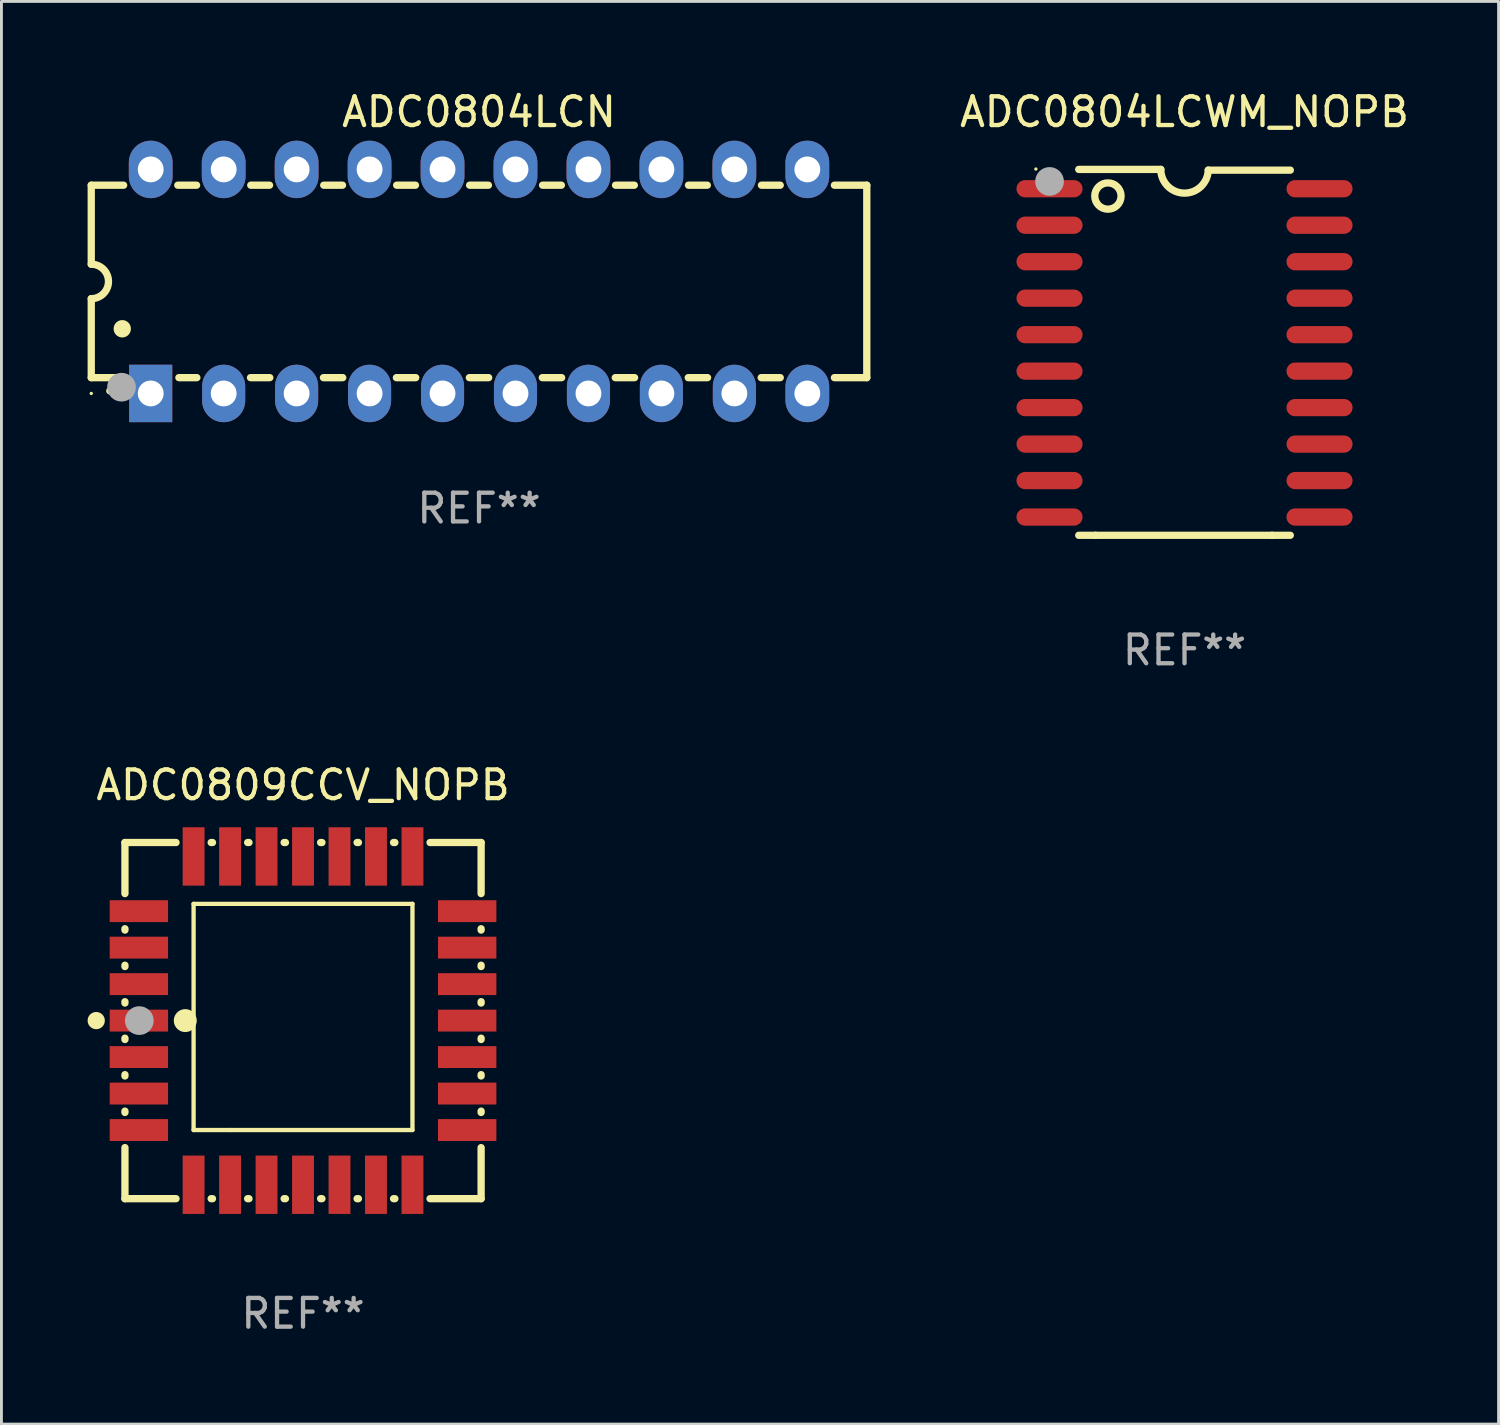
<source format=kicad_pcb>
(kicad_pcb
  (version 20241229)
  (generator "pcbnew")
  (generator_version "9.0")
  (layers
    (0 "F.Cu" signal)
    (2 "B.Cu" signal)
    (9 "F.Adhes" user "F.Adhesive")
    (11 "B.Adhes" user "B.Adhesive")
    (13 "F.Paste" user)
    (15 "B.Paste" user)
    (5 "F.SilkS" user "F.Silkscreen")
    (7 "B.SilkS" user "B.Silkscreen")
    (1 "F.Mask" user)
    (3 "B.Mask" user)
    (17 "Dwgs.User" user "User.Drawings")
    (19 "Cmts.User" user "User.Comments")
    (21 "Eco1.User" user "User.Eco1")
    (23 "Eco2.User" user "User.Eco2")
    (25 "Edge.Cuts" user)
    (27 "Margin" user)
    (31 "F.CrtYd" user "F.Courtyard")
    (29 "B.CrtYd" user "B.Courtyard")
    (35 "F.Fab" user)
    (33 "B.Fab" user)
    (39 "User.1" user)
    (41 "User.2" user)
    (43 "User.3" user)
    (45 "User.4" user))
  (footprint "ADC0804LCN"
    (layer "F.Cu")
    (at 13.627 6.748)
    (property "Reference" "ADC0804LCN" (at 0 -5.9 0) (layer "F.SilkS") (effects (font (size 1 1) (thickness 0.15))))
    (attr through_hole)
    (fp_line (start -13.5 -3.35) (end -12.373 -3.35) (stroke (width 0.254) (type solid)) (layer "F.SilkS"))
    (fp_line (start -13.5 -0.6) (end -13.5 -3.35) (stroke (width 0.254) (type solid)) (layer "F.SilkS"))
    (fp_line (start -13.5 3.35) (end -13.5 0.6) (stroke (width 0.254) (type solid)) (layer "F.SilkS"))
    (fp_line (start -13.5 3.35) (end -12.411 3.35) (stroke (width 0.254) (type solid)) (layer "F.SilkS"))
    (fp_line (start -10.487 -3.35) (end -9.833 -3.35) (stroke (width 0.254) (type solid)) (layer "F.SilkS"))
    (fp_line (start -10.449 3.35) (end -9.824 3.35) (stroke (width 0.254) (type solid)) (layer "F.SilkS"))
    (fp_line (start -7.956 3.35) (end -7.284 3.35) (stroke (width 0.254) (type solid)) (layer "F.SilkS"))
    (fp_line (start -7.947 -3.35) (end -7.293 -3.35) (stroke (width 0.254) (type solid)) (layer "F.SilkS"))
    (fp_line (start -5.416 3.35) (end -4.744 3.35) (stroke (width 0.254) (type solid)) (layer "F.SilkS"))
    (fp_line (start -5.407 -3.35) (end -4.753 -3.35) (stroke (width 0.254) (type solid)) (layer "F.SilkS"))
    (fp_line (start -2.876 3.35) (end -2.204 3.35) (stroke (width 0.254) (type solid)) (layer "F.SilkS"))
    (fp_line (start -2.867 -3.35) (end -2.213 -3.35) (stroke (width 0.254) (type solid)) (layer "F.SilkS"))
    (fp_line (start -0.336 3.35) (end 0.336 3.35) (stroke (width 0.254) (type solid)) (layer "F.SilkS"))
    (fp_line (start -0.327 -3.35) (end 0.327 -3.35) (stroke (width 0.254) (type solid)) (layer "F.SilkS"))
    (fp_line (start 2.204 3.35) (end 2.876 3.35) (stroke (width 0.254) (type solid)) (layer "F.SilkS"))
    (fp_line (start 2.213 -3.35) (end 2.867 -3.35) (stroke (width 0.254) (type solid)) (layer "F.SilkS"))
    (fp_line (start 4.744 3.35) (end 5.416 3.35) (stroke (width 0.254) (type solid)) (layer "F.SilkS"))
    (fp_line (start 4.753 -3.35) (end 5.407 -3.35) (stroke (width 0.254) (type solid)) (layer "F.SilkS"))
    (fp_line (start 7.284 3.35) (end 7.956 3.35) (stroke (width 0.254) (type solid)) (layer "F.SilkS"))
    (fp_line (start 7.293 -3.35) (end 7.947 -3.35) (stroke (width 0.254) (type solid)) (layer "F.SilkS"))
    (fp_line (start 9.824 3.35) (end 10.487 3.35) (stroke (width 0.254) (type solid)) (layer "F.SilkS"))
    (fp_line (start 9.833 -3.35) (end 10.487 -3.35) (stroke (width 0.254) (type solid)) (layer "F.SilkS"))
    (fp_line (start 12.373 -3.35) (end 13.5 -3.35) (stroke (width 0.254) (type solid)) (layer "F.SilkS"))
    (fp_line (start 12.373 3.35) (end 13.5 3.35) (stroke (width 0.254) (type solid)) (layer "F.SilkS"))
    (fp_line (start 13.5 -3.35) (end 13.5 3.35) (stroke (width 0.254) (type solid)) (layer "F.SilkS"))
    (fp_arc (start -13.500127 -0.599442) (mid -12.900406 0.000228) (end -13.500025 0.6) (stroke (width 0.254001) (type solid)) (layer "F.SilkS"))
    (fp_arc (start -12.854966 3.810008) (mid -12.854973 3.808738) (end -12.854966 3.807468) (stroke (width 0.25) (type solid)) (layer "F.SilkS"))
    (fp_arc (start -12.420625 1.651003) (mid -12.420636 1.648463) (end -12.420625 1.645923) (stroke (width 0.6) (type solid)) (layer "F.SilkS"))
    (fp_circle (center -13.5 3.9) (end -13.47 3.9) (stroke (width 0.06) (type solid)) (fill no) (layer "F.SilkS"))
    (fp_circle (center -12.446 3.683) (end -12.196 3.683) (stroke (width 0.5) (type solid)) (fill no) (layer "F.Fab"))
    (fp_text user "REF**" (at 0 7.9 0) (layer "F.Fab") (effects (font (size 1 1) (thickness 0.15))))
    (pad "1" thru_hole rect (at -11.43 3.9 90) (size 2 1.5) (drill 0.9) (layers "*.Cu" "*.Mask"))
    (pad "2" thru_hole oval (at -8.89 3.9 90) (size 2 1.5) (drill 0.9) (layers "*.Cu" "*.Mask"))
    (pad "3" thru_hole oval (at -6.35 3.9 90) (size 2 1.5) (drill 0.9) (layers "*.Cu" "*.Mask"))
    (pad "4" thru_hole oval (at -3.81 3.9 90) (size 2 1.5) (drill 0.9) (layers "*.Cu" "*.Mask"))
    (pad "5" thru_hole oval (at -1.27 3.9 90) (size 2 1.5) (drill 0.9) (layers "*.Cu" "*.Mask"))
    (pad "6" thru_hole oval (at 1.27 3.9 90) (size 2 1.5) (drill 0.9) (layers "*.Cu" "*.Mask"))
    (pad "7" thru_hole oval (at 3.81 3.9 90) (size 2 1.5) (drill 0.9) (layers "*.Cu" "*.Mask"))
    (pad "8" thru_hole oval (at 6.35 3.9 90) (size 2 1.5) (drill 0.9) (layers "*.Cu" "*.Mask"))
    (pad "9" thru_hole oval (at 8.89 3.9 90) (size 2 1.5) (drill 0.9) (layers "*.Cu" "*.Mask"))
    (pad "10" thru_hole oval (at 11.43 3.9 90) (size 2 1.524) (drill 0.9) (layers "*.Cu" "*.Mask"))
    (pad "11" thru_hole oval (at 11.43 -3.9 90) (size 2 1.524) (drill 0.9) (layers "*.Cu" "*.Mask"))
    (pad "12" thru_hole oval (at 8.89 -3.9 90) (size 2 1.524) (drill 0.9) (layers "*.Cu" "*.Mask"))
    (pad "13" thru_hole oval (at 6.35 -3.9 90) (size 2 1.524) (drill 0.9) (layers "*.Cu" "*.Mask"))
    (pad "14" thru_hole oval (at 3.81 -3.9 90) (size 2 1.524) (drill 0.9) (layers "*.Cu" "*.Mask"))
    (pad "15" thru_hole oval (at 1.27 -3.9 90) (size 2 1.524) (drill 0.9) (layers "*.Cu" "*.Mask"))
    (pad "16" thru_hole oval (at -1.27 -3.9 90) (size 2 1.524) (drill 0.9) (layers "*.Cu" "*.Mask"))
    (pad "17" thru_hole oval (at -3.81 -3.9 90) (size 2 1.524) (drill 0.9) (layers "*.Cu" "*.Mask"))
    (pad "18" thru_hole oval (at -6.35 -3.9 90) (size 2 1.524) (drill 0.9) (layers "*.Cu" "*.Mask"))
    (pad "19" thru_hole oval (at -8.89 -3.9 90) (size 2 1.524) (drill 0.9) (layers "*.Cu" "*.Mask"))
    (pad "20" thru_hole oval (at -11.43 -3.9 90) (size 2 1.524) (drill 0.9) (layers "*.Cu" "*.Mask")))
  (footprint "ADC0804LCWM_NOPB"
    (layer "F.Cu")
    (at 38.189 9.217)
    (property "Reference" "ADC0804LCWM_NOPB" (at 0 -8.369 0) (layer "F.SilkS") (effects (font (size 1 1) (thickness 0.15))))
    (attr through_hole)
    (fp_line (start -3.096 6.369) (end -3.683 6.369) (stroke (width 0.254) (type solid)) (layer "F.SilkS"))
    (fp_line (start -0.825 -6.369) (end -3.683 -6.369) (stroke (width 0.254) (type solid)) (layer "F.SilkS"))
    (fp_line (start 0.826 -6.343) (end 3.683 -6.343) (stroke (width 0.254) (type solid)) (layer "F.SilkS"))
    (fp_line (start 3.048 6.369) (end -3.096 6.369) (stroke (width 0.254) (type solid)) (layer "F.SilkS"))
    (fp_line (start 3.048 6.369) (end 3.683 6.369) (stroke (width 0.254) (type solid)) (layer "F.SilkS"))
    (fp_arc (start 0.825527 -6.343129) (mid -0.012478 -5.543126) (end -0.825476 -6.36853) (stroke (width 0.254001) (type solid)) (layer "F.SilkS"))
    (fp_circle (center -5.175 -6.382) (end -5.145 -6.382) (stroke (width 0.06) (type solid)) (fill no) (layer "F.SilkS"))
    (fp_circle (center -2.667 -5.442) (end -2.209 -5.442) (stroke (width 0.254) (type solid)) (fill no) (layer "F.SilkS"))
    (fp_circle (center -4.699 -5.95) (end -4.449 -5.95) (stroke (width 0.5) (type solid)) (fill no) (layer "F.Fab"))
    (fp_text user "REF**" (at 0 10.369 0) (layer "F.Fab") (effects (font (size 1 1) (thickness 0.15))))
    (pad "1" smd oval (at -4.7 -5.696 90) (size 0.6 2.3) (layers "F.Cu" "F.Mask" "F.Paste"))
    (pad "2" smd oval (at -4.7 -4.426 90) (size 0.6 2.3) (layers "F.Cu" "F.Mask" "F.Paste"))
    (pad "3" smd oval (at -4.7 -3.156 90) (size 0.6 2.3) (layers "F.Cu" "F.Mask" "F.Paste"))
    (pad "4" smd oval (at -4.7 -1.886 90) (size 0.6 2.3) (layers "F.Cu" "F.Mask" "F.Paste"))
    (pad "5" smd oval (at -4.7 -0.616 90) (size 0.6 2.3) (layers "F.Cu" "F.Mask" "F.Paste"))
    (pad "6" smd oval (at -4.7 0.654 90) (size 0.6 2.3) (layers "F.Cu" "F.Mask" "F.Paste"))
    (pad "7" smd oval (at -4.7 1.924 90) (size 0.6 2.3) (layers "F.Cu" "F.Mask" "F.Paste"))
    (pad "8" smd oval (at -4.7 3.194 90) (size 0.6 2.3) (layers "F.Cu" "F.Mask" "F.Paste"))
    (pad "9" smd oval (at -4.7 4.464 90) (size 0.6 2.3) (layers "F.Cu" "F.Mask" "F.Paste"))
    (pad "10" smd oval (at -4.7 5.734 90) (size 0.6 2.3) (layers "F.Cu" "F.Mask" "F.Paste"))
    (pad "11" smd oval (at 4.7 5.734 90) (size 0.6 2.3) (layers "F.Cu" "F.Mask" "F.Paste"))
    (pad "12" smd oval (at 4.7 4.464 90) (size 0.6 2.3) (layers "F.Cu" "F.Mask" "F.Paste"))
    (pad "13" smd oval (at 4.7 3.194 90) (size 0.6 2.3) (layers "F.Cu" "F.Mask" "F.Paste"))
    (pad "14" smd oval (at 4.7 1.924 90) (size 0.6 2.3) (layers "F.Cu" "F.Mask" "F.Paste"))
    (pad "15" smd oval (at 4.7 0.654 90) (size 0.6 2.3) (layers "F.Cu" "F.Mask" "F.Paste"))
    (pad "16" smd oval (at 4.7 -0.616 90) (size 0.6 2.3) (layers "F.Cu" "F.Mask" "F.Paste"))
    (pad "17" smd oval (at 4.7 -1.886 90) (size 0.6 2.3) (layers "F.Cu" "F.Mask" "F.Paste"))
    (pad "18" smd oval (at 4.7 -3.156 90) (size 0.6 2.3) (layers "F.Cu" "F.Mask" "F.Paste"))
    (pad "19" smd oval (at 4.7 -4.426 90) (size 0.6 2.3) (layers "F.Cu" "F.Mask" "F.Paste"))
    (pad "20" smd oval (at 4.7 -5.696 90) (size 0.6 2.3) (layers "F.Cu" "F.Mask" "F.Paste")))
  (footprint "ADC0809CCV_NOPB"
    (layer "F.Cu")
    (at 7.5 32.482)
    (property "Reference" "ADC0809CCV_NOPB" (at 0 -8.2 0) (layer "F.SilkS") (effects (font (size 1 1) (thickness 0.15))))
    (attr through_hole)
    (fp_line (start -6.2 -6.2) (end -4.422 -6.2) (stroke (width 0.254) (type solid)) (layer "F.SilkS"))
    (fp_line (start -6.2 -4.422) (end -6.2 -6.2) (stroke (width 0.254) (type solid)) (layer "F.SilkS"))
    (fp_line (start -6.2 -3.152) (end -6.2 -3.198) (stroke (width 0.254) (type solid)) (layer "F.SilkS"))
    (fp_line (start -6.2 -1.882) (end -6.2 -1.928) (stroke (width 0.254) (type solid)) (layer "F.SilkS"))
    (fp_line (start -6.2 -0.612) (end -6.2 -0.658) (stroke (width 0.254) (type solid)) (layer "F.SilkS"))
    (fp_line (start -6.2 0.658) (end -6.2 0.612) (stroke (width 0.254) (type solid)) (layer "F.SilkS"))
    (fp_line (start -6.2 1.928) (end -6.2 1.882) (stroke (width 0.254) (type solid)) (layer "F.SilkS"))
    (fp_line (start -6.2 3.198) (end -6.2 3.152) (stroke (width 0.254) (type solid)) (layer "F.SilkS"))
    (fp_line (start -6.2 6.2) (end -6.2 4.422) (stroke (width 0.254) (type solid)) (layer "F.SilkS"))
    (fp_line (start -4.422 6.2) (end -6.2 6.2) (stroke (width 0.254) (type solid)) (layer "F.SilkS"))
    (fp_line (start -3.81 -4.064) (end 3.81 -4.064) (stroke (width 0.15) (type solid)) (layer "F.SilkS"))
    (fp_line (start -3.81 3.81) (end -3.81 -4.064) (stroke (width 0.15) (type solid)) (layer "F.SilkS"))
    (fp_line (start -3.198 -6.2) (end -3.152 -6.2) (stroke (width 0.254) (type solid)) (layer "F.SilkS"))
    (fp_line (start -3.152 6.2) (end -3.198 6.2) (stroke (width 0.254) (type solid)) (layer "F.SilkS"))
    (fp_line (start -2.54 3.81) (end -3.81 3.81) (stroke (width 0.15) (type solid)) (layer "F.SilkS"))
    (fp_line (start -1.928 -6.2) (end -1.882 -6.2) (stroke (width 0.254) (type solid)) (layer "F.SilkS"))
    (fp_line (start -1.882 6.2) (end -1.928 6.2) (stroke (width 0.254) (type solid)) (layer "F.SilkS"))
    (fp_line (start -0.658 -6.2) (end -0.612 -6.2) (stroke (width 0.254) (type solid)) (layer "F.SilkS"))
    (fp_line (start -0.612 6.2) (end -0.658 6.2) (stroke (width 0.254) (type solid)) (layer "F.SilkS"))
    (fp_line (start 0.612 -6.2) (end 0.658 -6.2) (stroke (width 0.254) (type solid)) (layer "F.SilkS"))
    (fp_line (start 0.658 6.2) (end 0.612 6.2) (stroke (width 0.254) (type solid)) (layer "F.SilkS"))
    (fp_line (start 1.882 -6.2) (end 1.928 -6.2) (stroke (width 0.254) (type solid)) (layer "F.SilkS"))
    (fp_line (start 1.928 6.2) (end 1.882 6.2) (stroke (width 0.254) (type solid)) (layer "F.SilkS"))
    (fp_line (start 3.152 -6.2) (end 3.198 -6.2) (stroke (width 0.254) (type solid)) (layer "F.SilkS"))
    (fp_line (start 3.198 6.2) (end 3.152 6.2) (stroke (width 0.254) (type solid)) (layer "F.SilkS"))
    (fp_line (start 3.81 -4.064) (end 3.81 3.81) (stroke (width 0.15) (type solid)) (layer "F.SilkS"))
    (fp_line (start 3.81 3.81) (end -2.54 3.81) (stroke (width 0.15) (type solid)) (layer "F.SilkS"))
    (fp_line (start 4.422 -6.2) (end 6.2 -6.2) (stroke (width 0.254) (type solid)) (layer "F.SilkS"))
    (fp_line (start 6.2 -6.2) (end 6.2 -4.422) (stroke (width 0.254) (type solid)) (layer "F.SilkS"))
    (fp_line (start 6.2 -3.198) (end 6.2 -3.152) (stroke (width 0.254) (type solid)) (layer "F.SilkS"))
    (fp_line (start 6.2 -1.928) (end 6.2 -1.882) (stroke (width 0.254) (type solid)) (layer "F.SilkS"))
    (fp_line (start 6.2 -0.658) (end 6.2 -0.612) (stroke (width 0.254) (type solid)) (layer "F.SilkS"))
    (fp_line (start 6.2 0.612) (end 6.2 0.658) (stroke (width 0.254) (type solid)) (layer "F.SilkS"))
    (fp_line (start 6.2 1.882) (end 6.2 1.928) (stroke (width 0.254) (type solid)) (layer "F.SilkS"))
    (fp_line (start 6.2 3.152) (end 6.2 3.198) (stroke (width 0.254) (type solid)) (layer "F.SilkS"))
    (fp_line (start 6.2 4.422) (end 6.2 6.2) (stroke (width 0.254) (type solid)) (layer "F.SilkS"))
    (fp_line (start 6.2 6.2) (end 4.422 6.2) (stroke (width 0.254) (type solid)) (layer "F.SilkS"))
    (fp_circle (center -7.2 0) (end -7.05 0) (stroke (width 0.3) (type solid)) (fill no) (layer "F.SilkS"))
    (fp_circle (center -6.223 6.223) (end -6.193 6.223) (stroke (width 0.06) (type solid)) (fill no) (layer "F.SilkS"))
    (fp_circle (center -4.1 0) (end -3.9 0) (stroke (width 0.4) (type solid)) (fill no) (layer "F.SilkS"))
    (fp_circle (center -5.7 0) (end -5.45 0) (stroke (width 0.5) (type solid)) (fill no) (layer "F.Fab"))
    (fp_text user "REF**" (at 0 10.2 0) (layer "F.Fab") (effects (font (size 1 1) (thickness 0.15))))
    (pad "1" smd rect (at -5.715 0) (size 2.032 0.762) (layers "F.Cu" "F.Mask" "F.Paste"))
    (pad "2" smd rect (at -5.715 1.27) (size 2.032 0.762) (layers "F.Cu" "F.Mask" "F.Paste"))
    (pad "3" smd rect (at -5.715 2.54) (size 2.032 0.762) (layers "F.Cu" "F.Mask" "F.Paste"))
    (pad "4" smd rect (at -5.715 3.81) (size 2.032 0.762) (layers "F.Cu" "F.Mask" "F.Paste"))
    (pad "5" smd rect (at -3.81 5.715) (size 0.762 2.032) (layers "F.Cu" "F.Mask" "F.Paste"))
    (pad "6" smd rect (at -2.54 5.715) (size 0.762 2.032) (layers "F.Cu" "F.Mask" "F.Paste"))
    (pad "7" smd rect (at -1.27 5.715) (size 0.762 2.032) (layers "F.Cu" "F.Mask" "F.Paste"))
    (pad "8" smd rect (at 0 5.715) (size 0.762 2.032) (layers "F.Cu" "F.Mask" "F.Paste"))
    (pad "9" smd rect (at 1.27 5.715) (size 0.762 2.032) (layers "F.Cu" "F.Mask" "F.Paste"))
    (pad "10" smd rect (at 2.54 5.715) (size 0.762 2.032) (layers "F.Cu" "F.Mask" "F.Paste"))
    (pad "11" smd rect (at 3.81 5.715) (size 0.762 2.032) (layers "F.Cu" "F.Mask" "F.Paste"))
    (pad "12" smd rect (at 5.715 3.81) (size 2.032 0.762) (layers "F.Cu" "F.Mask" "F.Paste"))
    (pad "13" smd rect (at 5.715 2.54) (size 2.032 0.762) (layers "F.Cu" "F.Mask" "F.Paste"))
    (pad "14" smd rect (at 5.715 1.27) (size 2.032 0.762) (layers "F.Cu" "F.Mask" "F.Paste"))
    (pad "15" smd rect (at 5.715 0) (size 2.032 0.762) (layers "F.Cu" "F.Mask" "F.Paste"))
    (pad "16" smd rect (at 5.715 -1.27) (size 2.032 0.762) (layers "F.Cu" "F.Mask" "F.Paste"))
    (pad "17" smd rect (at 5.715 -2.54) (size 2.032 0.762) (layers "F.Cu" "F.Mask" "F.Paste"))
    (pad "18" smd rect (at 5.715 -3.81) (size 2.032 0.762) (layers "F.Cu" "F.Mask" "F.Paste"))
    (pad "19" smd rect (at 3.81 -5.715) (size 0.762 2.032) (layers "F.Cu" "F.Mask" "F.Paste"))
    (pad "20" smd rect (at 2.54 -5.715) (size 0.762 2.032) (layers "F.Cu" "F.Mask" "F.Paste"))
    (pad "21" smd rect (at 1.27 -5.715) (size 0.762 2.032) (layers "F.Cu" "F.Mask" "F.Paste"))
    (pad "22" smd rect (at 0 -5.715) (size 0.762 2.032) (layers "F.Cu" "F.Mask" "F.Paste"))
    (pad "23" smd rect (at -1.27 -5.715) (size 0.762 2.032) (layers "F.Cu" "F.Mask" "F.Paste"))
    (pad "24" smd rect (at -2.54 -5.715) (size 0.762 2.032) (layers "F.Cu" "F.Mask" "F.Paste"))
    (pad "25" smd rect (at -3.81 -5.715) (size 0.762 2.032) (layers "F.Cu" "F.Mask" "F.Paste"))
    (pad "26" smd rect (at -5.715 -3.81) (size 2.032 0.762) (layers "F.Cu" "F.Mask" "F.Paste"))
    (pad "27" smd rect (at -5.715 -2.54) (size 2.032 0.762) (layers "F.Cu" "F.Mask" "F.Paste"))
    (pad "28" smd rect (at -5.715 -1.27) (size 2.032 0.762) (layers "F.Cu" "F.Mask" "F.Paste")))
  (gr_rect
    (start -3 -3)
    (end 49.123 46.53)
    (stroke (width 0.1) (type default))
    (fill no)
    (layer "Edge.Cuts")))
</source>
